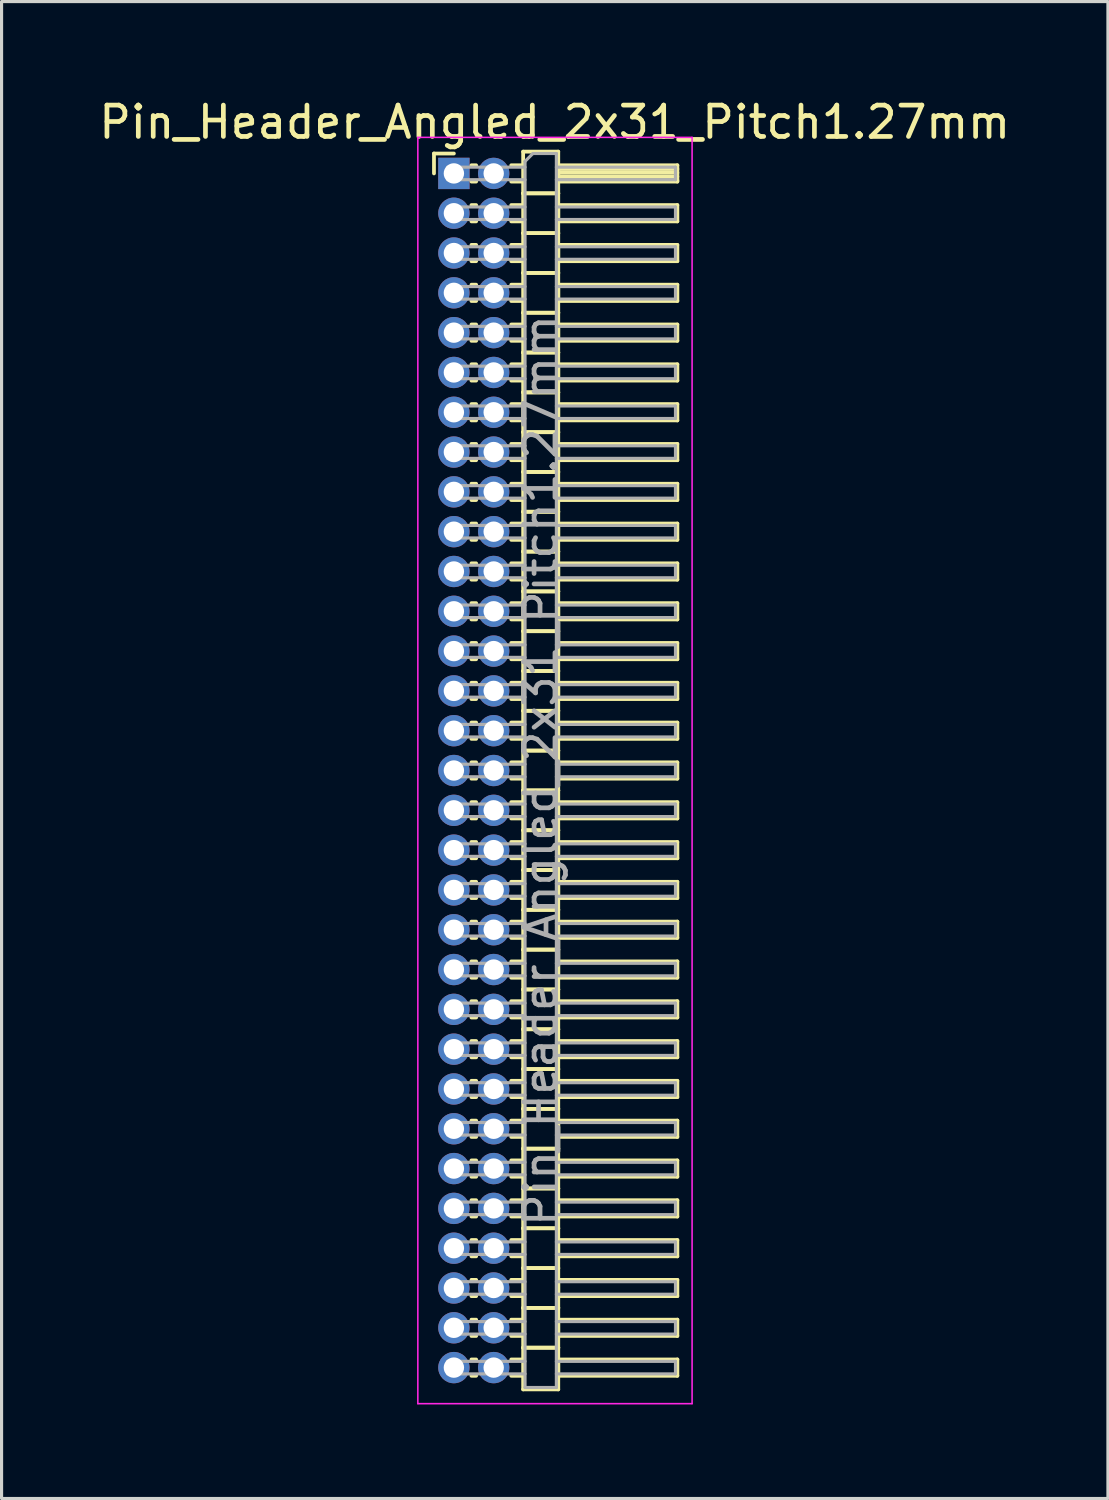
<source format=kicad_pcb>
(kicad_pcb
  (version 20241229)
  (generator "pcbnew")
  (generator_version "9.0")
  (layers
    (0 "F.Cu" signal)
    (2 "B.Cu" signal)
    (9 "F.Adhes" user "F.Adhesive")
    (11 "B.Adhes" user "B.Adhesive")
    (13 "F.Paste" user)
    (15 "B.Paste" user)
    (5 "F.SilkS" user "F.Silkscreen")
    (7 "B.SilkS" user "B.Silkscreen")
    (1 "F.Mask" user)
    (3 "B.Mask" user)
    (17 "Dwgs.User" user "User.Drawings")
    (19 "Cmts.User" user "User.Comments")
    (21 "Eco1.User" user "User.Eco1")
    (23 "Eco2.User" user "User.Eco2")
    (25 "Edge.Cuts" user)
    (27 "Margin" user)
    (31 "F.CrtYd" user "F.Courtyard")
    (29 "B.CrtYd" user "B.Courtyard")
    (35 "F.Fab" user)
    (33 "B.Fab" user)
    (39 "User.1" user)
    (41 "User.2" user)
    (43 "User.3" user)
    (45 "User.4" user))
  (footprint "Pin_Header_Angled_2x31_Pitch1.27mm"
    (layer "F.Cu")
    (at 11.431 2.483)
    (property "Reference" "Pin_Header_Angled_2x31_Pitch1.27mm" (at 3.217 -1.635 0) (layer "F.SilkS") (effects (font (size 1 1) (thickness 0.15))))
    (attr through_hole)
    (fp_line (start -0.635 -0.635) (end 0 -0.635) (stroke (width 0.12) (type solid)) (layer "F.SilkS"))
    (fp_line (start -0.635 0) (end -0.635 -0.635) (stroke (width 0.12) (type solid)) (layer "F.SilkS"))
    (fp_line (start 0.56 -0.26) (end 0.71 -0.26) (stroke (width 0.12) (type solid)) (layer "F.SilkS"))
    (fp_line (start 0.56 0.26) (end 0.71 0.26) (stroke (width 0.12) (type solid)) (layer "F.SilkS"))
    (fp_line (start 0.56 1.01) (end 0.71 1.01) (stroke (width 0.12) (type solid)) (layer "F.SilkS"))
    (fp_line (start 0.56 1.53) (end 0.71 1.53) (stroke (width 0.12) (type solid)) (layer "F.SilkS"))
    (fp_line (start 0.56 2.28) (end 0.71 2.28) (stroke (width 0.12) (type solid)) (layer "F.SilkS"))
    (fp_line (start 0.56 2.8) (end 0.71 2.8) (stroke (width 0.12) (type solid)) (layer "F.SilkS"))
    (fp_line (start 0.56 3.55) (end 0.71 3.55) (stroke (width 0.12) (type solid)) (layer "F.SilkS"))
    (fp_line (start 0.56 4.07) (end 0.71 4.07) (stroke (width 0.12) (type solid)) (layer "F.SilkS"))
    (fp_line (start 0.56 4.82) (end 0.71 4.82) (stroke (width 0.12) (type solid)) (layer "F.SilkS"))
    (fp_line (start 0.56 5.34) (end 0.71 5.34) (stroke (width 0.12) (type solid)) (layer "F.SilkS"))
    (fp_line (start 0.56 6.09) (end 0.71 6.09) (stroke (width 0.12) (type solid)) (layer "F.SilkS"))
    (fp_line (start 0.56 6.61) (end 0.71 6.61) (stroke (width 0.12) (type solid)) (layer "F.SilkS"))
    (fp_line (start 0.56 7.36) (end 0.71 7.36) (stroke (width 0.12) (type solid)) (layer "F.SilkS"))
    (fp_line (start 0.56 7.88) (end 0.71 7.88) (stroke (width 0.12) (type solid)) (layer "F.SilkS"))
    (fp_line (start 0.56 8.63) (end 0.71 8.63) (stroke (width 0.12) (type solid)) (layer "F.SilkS"))
    (fp_line (start 0.56 9.15) (end 0.71 9.15) (stroke (width 0.12) (type solid)) (layer "F.SilkS"))
    (fp_line (start 0.56 9.9) (end 0.71 9.9) (stroke (width 0.12) (type solid)) (layer "F.SilkS"))
    (fp_line (start 0.56 10.42) (end 0.71 10.42) (stroke (width 0.12) (type solid)) (layer "F.SilkS"))
    (fp_line (start 0.56 11.17) (end 0.71 11.17) (stroke (width 0.12) (type solid)) (layer "F.SilkS"))
    (fp_line (start 0.56 11.69) (end 0.71 11.69) (stroke (width 0.12) (type solid)) (layer "F.SilkS"))
    (fp_line (start 0.56 12.44) (end 0.71 12.44) (stroke (width 0.12) (type solid)) (layer "F.SilkS"))
    (fp_line (start 0.56 12.96) (end 0.71 12.96) (stroke (width 0.12) (type solid)) (layer "F.SilkS"))
    (fp_line (start 0.56 13.71) (end 0.71 13.71) (stroke (width 0.12) (type solid)) (layer "F.SilkS"))
    (fp_line (start 0.56 14.23) (end 0.71 14.23) (stroke (width 0.12) (type solid)) (layer "F.SilkS"))
    (fp_line (start 0.56 14.98) (end 0.71 14.98) (stroke (width 0.12) (type solid)) (layer "F.SilkS"))
    (fp_line (start 0.56 15.5) (end 0.71 15.5) (stroke (width 0.12) (type solid)) (layer "F.SilkS"))
    (fp_line (start 0.56 16.25) (end 0.71 16.25) (stroke (width 0.12) (type solid)) (layer "F.SilkS"))
    (fp_line (start 0.56 16.77) (end 0.71 16.77) (stroke (width 0.12) (type solid)) (layer "F.SilkS"))
    (fp_line (start 0.56 17.52) (end 0.71 17.52) (stroke (width 0.12) (type solid)) (layer "F.SilkS"))
    (fp_line (start 0.56 18.04) (end 0.71 18.04) (stroke (width 0.12) (type solid)) (layer "F.SilkS"))
    (fp_line (start 0.56 18.79) (end 0.71 18.79) (stroke (width 0.12) (type solid)) (layer "F.SilkS"))
    (fp_line (start 0.56 19.31) (end 0.71 19.31) (stroke (width 0.12) (type solid)) (layer "F.SilkS"))
    (fp_line (start 0.56 20.06) (end 0.71 20.06) (stroke (width 0.12) (type solid)) (layer "F.SilkS"))
    (fp_line (start 0.56 20.58) (end 0.71 20.58) (stroke (width 0.12) (type solid)) (layer "F.SilkS"))
    (fp_line (start 0.56 21.33) (end 0.71 21.33) (stroke (width 0.12) (type solid)) (layer "F.SilkS"))
    (fp_line (start 0.56 21.85) (end 0.71 21.85) (stroke (width 0.12) (type solid)) (layer "F.SilkS"))
    (fp_line (start 0.56 22.6) (end 0.71 22.6) (stroke (width 0.12) (type solid)) (layer "F.SilkS"))
    (fp_line (start 0.56 23.12) (end 0.71 23.12) (stroke (width 0.12) (type solid)) (layer "F.SilkS"))
    (fp_line (start 0.56 23.87) (end 0.71 23.87) (stroke (width 0.12) (type solid)) (layer "F.SilkS"))
    (fp_line (start 0.56 24.39) (end 0.71 24.39) (stroke (width 0.12) (type solid)) (layer "F.SilkS"))
    (fp_line (start 0.56 25.14) (end 0.71 25.14) (stroke (width 0.12) (type solid)) (layer "F.SilkS"))
    (fp_line (start 0.56 25.66) (end 0.71 25.66) (stroke (width 0.12) (type solid)) (layer "F.SilkS"))
    (fp_line (start 0.56 26.41) (end 0.71 26.41) (stroke (width 0.12) (type solid)) (layer "F.SilkS"))
    (fp_line (start 0.56 26.93) (end 0.71 26.93) (stroke (width 0.12) (type solid)) (layer "F.SilkS"))
    (fp_line (start 0.56 27.68) (end 0.71 27.68) (stroke (width 0.12) (type solid)) (layer "F.SilkS"))
    (fp_line (start 0.56 28.2) (end 0.71 28.2) (stroke (width 0.12) (type solid)) (layer "F.SilkS"))
    (fp_line (start 0.56 28.95) (end 0.71 28.95) (stroke (width 0.12) (type solid)) (layer "F.SilkS"))
    (fp_line (start 0.56 29.47) (end 0.71 29.47) (stroke (width 0.12) (type solid)) (layer "F.SilkS"))
    (fp_line (start 0.56 30.22) (end 0.71 30.22) (stroke (width 0.12) (type solid)) (layer "F.SilkS"))
    (fp_line (start 0.56 30.74) (end 0.71 30.74) (stroke (width 0.12) (type solid)) (layer "F.SilkS"))
    (fp_line (start 0.56 31.49) (end 0.71 31.49) (stroke (width 0.12) (type solid)) (layer "F.SilkS"))
    (fp_line (start 0.56 32.01) (end 0.71 32.01) (stroke (width 0.12) (type solid)) (layer "F.SilkS"))
    (fp_line (start 0.56 32.76) (end 0.71 32.76) (stroke (width 0.12) (type solid)) (layer "F.SilkS"))
    (fp_line (start 0.56 33.28) (end 0.71 33.28) (stroke (width 0.12) (type solid)) (layer "F.SilkS"))
    (fp_line (start 0.56 34.03) (end 0.71 34.03) (stroke (width 0.12) (type solid)) (layer "F.SilkS"))
    (fp_line (start 0.56 34.55) (end 0.71 34.55) (stroke (width 0.12) (type solid)) (layer "F.SilkS"))
    (fp_line (start 0.56 35.3) (end 0.71 35.3) (stroke (width 0.12) (type solid)) (layer "F.SilkS"))
    (fp_line (start 0.56 35.82) (end 0.71 35.82) (stroke (width 0.12) (type solid)) (layer "F.SilkS"))
    (fp_line (start 0.56 36.57) (end 0.71 36.57) (stroke (width 0.12) (type solid)) (layer "F.SilkS"))
    (fp_line (start 0.56 37.09) (end 0.71 37.09) (stroke (width 0.12) (type solid)) (layer "F.SilkS"))
    (fp_line (start 0.56 37.84) (end 0.71 37.84) (stroke (width 0.12) (type solid)) (layer "F.SilkS"))
    (fp_line (start 0.56 38.36) (end 0.71 38.36) (stroke (width 0.12) (type solid)) (layer "F.SilkS"))
    (fp_line (start 1.83 -0.26) (end 2.21 -0.26) (stroke (width 0.12) (type solid)) (layer "F.SilkS"))
    (fp_line (start 1.83 0.26) (end 2.21 0.26) (stroke (width 0.12) (type solid)) (layer "F.SilkS"))
    (fp_line (start 1.83 1.01) (end 2.21 1.01) (stroke (width 0.12) (type solid)) (layer "F.SilkS"))
    (fp_line (start 1.83 1.53) (end 2.21 1.53) (stroke (width 0.12) (type solid)) (layer "F.SilkS"))
    (fp_line (start 1.83 2.28) (end 2.21 2.28) (stroke (width 0.12) (type solid)) (layer "F.SilkS"))
    (fp_line (start 1.83 2.8) (end 2.21 2.8) (stroke (width 0.12) (type solid)) (layer "F.SilkS"))
    (fp_line (start 1.83 3.55) (end 2.21 3.55) (stroke (width 0.12) (type solid)) (layer "F.SilkS"))
    (fp_line (start 1.83 4.07) (end 2.21 4.07) (stroke (width 0.12) (type solid)) (layer "F.SilkS"))
    (fp_line (start 1.83 4.82) (end 2.21 4.82) (stroke (width 0.12) (type solid)) (layer "F.SilkS"))
    (fp_line (start 1.83 5.34) (end 2.21 5.34) (stroke (width 0.12) (type solid)) (layer "F.SilkS"))
    (fp_line (start 1.83 6.09) (end 2.21 6.09) (stroke (width 0.12) (type solid)) (layer "F.SilkS"))
    (fp_line (start 1.83 6.61) (end 2.21 6.61) (stroke (width 0.12) (type solid)) (layer "F.SilkS"))
    (fp_line (start 1.83 7.36) (end 2.21 7.36) (stroke (width 0.12) (type solid)) (layer "F.SilkS"))
    (fp_line (start 1.83 7.88) (end 2.21 7.88) (stroke (width 0.12) (type solid)) (layer "F.SilkS"))
    (fp_line (start 1.83 8.63) (end 2.21 8.63) (stroke (width 0.12) (type solid)) (layer "F.SilkS"))
    (fp_line (start 1.83 9.15) (end 2.21 9.15) (stroke (width 0.12) (type solid)) (layer "F.SilkS"))
    (fp_line (start 1.83 9.9) (end 2.21 9.9) (stroke (width 0.12) (type solid)) (layer "F.SilkS"))
    (fp_line (start 1.83 10.42) (end 2.21 10.42) (stroke (width 0.12) (type solid)) (layer "F.SilkS"))
    (fp_line (start 1.83 11.17) (end 2.21 11.17) (stroke (width 0.12) (type solid)) (layer "F.SilkS"))
    (fp_line (start 1.83 11.69) (end 2.21 11.69) (stroke (width 0.12) (type solid)) (layer "F.SilkS"))
    (fp_line (start 1.83 12.44) (end 2.21 12.44) (stroke (width 0.12) (type solid)) (layer "F.SilkS"))
    (fp_line (start 1.83 12.96) (end 2.21 12.96) (stroke (width 0.12) (type solid)) (layer "F.SilkS"))
    (fp_line (start 1.83 13.71) (end 2.21 13.71) (stroke (width 0.12) (type solid)) (layer "F.SilkS"))
    (fp_line (start 1.83 14.23) (end 2.21 14.23) (stroke (width 0.12) (type solid)) (layer "F.SilkS"))
    (fp_line (start 1.83 14.98) (end 2.21 14.98) (stroke (width 0.12) (type solid)) (layer "F.SilkS"))
    (fp_line (start 1.83 15.5) (end 2.21 15.5) (stroke (width 0.12) (type solid)) (layer "F.SilkS"))
    (fp_line (start 1.83 16.25) (end 2.21 16.25) (stroke (width 0.12) (type solid)) (layer "F.SilkS"))
    (fp_line (start 1.83 16.77) (end 2.21 16.77) (stroke (width 0.12) (type solid)) (layer "F.SilkS"))
    (fp_line (start 1.83 17.52) (end 2.21 17.52) (stroke (width 0.12) (type solid)) (layer "F.SilkS"))
    (fp_line (start 1.83 18.04) (end 2.21 18.04) (stroke (width 0.12) (type solid)) (layer "F.SilkS"))
    (fp_line (start 1.83 18.79) (end 2.21 18.79) (stroke (width 0.12) (type solid)) (layer "F.SilkS"))
    (fp_line (start 1.83 19.31) (end 2.21 19.31) (stroke (width 0.12) (type solid)) (layer "F.SilkS"))
    (fp_line (start 1.83 20.06) (end 2.21 20.06) (stroke (width 0.12) (type solid)) (layer "F.SilkS"))
    (fp_line (start 1.83 20.58) (end 2.21 20.58) (stroke (width 0.12) (type solid)) (layer "F.SilkS"))
    (fp_line (start 1.83 21.33) (end 2.21 21.33) (stroke (width 0.12) (type solid)) (layer "F.SilkS"))
    (fp_line (start 1.83 21.85) (end 2.21 21.85) (stroke (width 0.12) (type solid)) (layer "F.SilkS"))
    (fp_line (start 1.83 22.6) (end 2.21 22.6) (stroke (width 0.12) (type solid)) (layer "F.SilkS"))
    (fp_line (start 1.83 23.12) (end 2.21 23.12) (stroke (width 0.12) (type solid)) (layer "F.SilkS"))
    (fp_line (start 1.83 23.87) (end 2.21 23.87) (stroke (width 0.12) (type solid)) (layer "F.SilkS"))
    (fp_line (start 1.83 24.39) (end 2.21 24.39) (stroke (width 0.12) (type solid)) (layer "F.SilkS"))
    (fp_line (start 1.83 25.14) (end 2.21 25.14) (stroke (width 0.12) (type solid)) (layer "F.SilkS"))
    (fp_line (start 1.83 25.66) (end 2.21 25.66) (stroke (width 0.12) (type solid)) (layer "F.SilkS"))
    (fp_line (start 1.83 26.41) (end 2.21 26.41) (stroke (width 0.12) (type solid)) (layer "F.SilkS"))
    (fp_line (start 1.83 26.93) (end 2.21 26.93) (stroke (width 0.12) (type solid)) (layer "F.SilkS"))
    (fp_line (start 1.83 27.68) (end 2.21 27.68) (stroke (width 0.12) (type solid)) (layer "F.SilkS"))
    (fp_line (start 1.83 28.2) (end 2.21 28.2) (stroke (width 0.12) (type solid)) (layer "F.SilkS"))
    (fp_line (start 1.83 28.95) (end 2.21 28.95) (stroke (width 0.12) (type solid)) (layer "F.SilkS"))
    (fp_line (start 1.83 29.47) (end 2.21 29.47) (stroke (width 0.12) (type solid)) (layer "F.SilkS"))
    (fp_line (start 1.83 30.22) (end 2.21 30.22) (stroke (width 0.12) (type solid)) (layer "F.SilkS"))
    (fp_line (start 1.83 30.74) (end 2.21 30.74) (stroke (width 0.12) (type solid)) (layer "F.SilkS"))
    (fp_line (start 1.83 31.49) (end 2.21 31.49) (stroke (width 0.12) (type solid)) (layer "F.SilkS"))
    (fp_line (start 1.83 32.01) (end 2.21 32.01) (stroke (width 0.12) (type solid)) (layer "F.SilkS"))
    (fp_line (start 1.83 32.76) (end 2.21 32.76) (stroke (width 0.12) (type solid)) (layer "F.SilkS"))
    (fp_line (start 1.83 33.28) (end 2.21 33.28) (stroke (width 0.12) (type solid)) (layer "F.SilkS"))
    (fp_line (start 1.83 34.03) (end 2.21 34.03) (stroke (width 0.12) (type solid)) (layer "F.SilkS"))
    (fp_line (start 1.83 34.55) (end 2.21 34.55) (stroke (width 0.12) (type solid)) (layer "F.SilkS"))
    (fp_line (start 1.83 35.3) (end 2.21 35.3) (stroke (width 0.12) (type solid)) (layer "F.SilkS"))
    (fp_line (start 1.83 35.82) (end 2.21 35.82) (stroke (width 0.12) (type solid)) (layer "F.SilkS"))
    (fp_line (start 1.83 36.57) (end 2.21 36.57) (stroke (width 0.12) (type solid)) (layer "F.SilkS"))
    (fp_line (start 1.83 37.09) (end 2.21 37.09) (stroke (width 0.12) (type solid)) (layer "F.SilkS"))
    (fp_line (start 1.83 37.84) (end 2.21 37.84) (stroke (width 0.12) (type solid)) (layer "F.SilkS"))
    (fp_line (start 1.83 38.36) (end 2.21 38.36) (stroke (width 0.12) (type solid)) (layer "F.SilkS"))
    (fp_line (start 2.21 -0.695) (end 2.21 0.635) (stroke (width 0.12) (type solid)) (layer "F.SilkS"))
    (fp_line (start 2.21 0.635) (end 2.21 1.905) (stroke (width 0.12) (type solid)) (layer "F.SilkS"))
    (fp_line (start 2.21 0.635) (end 3.33 0.635) (stroke (width 0.12) (type solid)) (layer "F.SilkS"))
    (fp_line (start 2.21 1.905) (end 2.21 3.175) (stroke (width 0.12) (type solid)) (layer "F.SilkS"))
    (fp_line (start 2.21 1.905) (end 3.33 1.905) (stroke (width 0.12) (type solid)) (layer "F.SilkS"))
    (fp_line (start 2.21 3.175) (end 2.21 4.445) (stroke (width 0.12) (type solid)) (layer "F.SilkS"))
    (fp_line (start 2.21 3.175) (end 3.33 3.175) (stroke (width 0.12) (type solid)) (layer "F.SilkS"))
    (fp_line (start 2.21 4.445) (end 2.21 5.715) (stroke (width 0.12) (type solid)) (layer "F.SilkS"))
    (fp_line (start 2.21 4.445) (end 3.33 4.445) (stroke (width 0.12) (type solid)) (layer "F.SilkS"))
    (fp_line (start 2.21 5.715) (end 2.21 6.985) (stroke (width 0.12) (type solid)) (layer "F.SilkS"))
    (fp_line (start 2.21 5.715) (end 3.33 5.715) (stroke (width 0.12) (type solid)) (layer "F.SilkS"))
    (fp_line (start 2.21 6.985) (end 2.21 8.255) (stroke (width 0.12) (type solid)) (layer "F.SilkS"))
    (fp_line (start 2.21 6.985) (end 3.33 6.985) (stroke (width 0.12) (type solid)) (layer "F.SilkS"))
    (fp_line (start 2.21 8.255) (end 2.21 9.525) (stroke (width 0.12) (type solid)) (layer "F.SilkS"))
    (fp_line (start 2.21 8.255) (end 3.33 8.255) (stroke (width 0.12) (type solid)) (layer "F.SilkS"))
    (fp_line (start 2.21 9.525) (end 2.21 10.795) (stroke (width 0.12) (type solid)) (layer "F.SilkS"))
    (fp_line (start 2.21 9.525) (end 3.33 9.525) (stroke (width 0.12) (type solid)) (layer "F.SilkS"))
    (fp_line (start 2.21 10.795) (end 2.21 12.065) (stroke (width 0.12) (type solid)) (layer "F.SilkS"))
    (fp_line (start 2.21 10.795) (end 3.33 10.795) (stroke (width 0.12) (type solid)) (layer "F.SilkS"))
    (fp_line (start 2.21 12.065) (end 2.21 13.335) (stroke (width 0.12) (type solid)) (layer "F.SilkS"))
    (fp_line (start 2.21 12.065) (end 3.33 12.065) (stroke (width 0.12) (type solid)) (layer "F.SilkS"))
    (fp_line (start 2.21 13.335) (end 2.21 14.605) (stroke (width 0.12) (type solid)) (layer "F.SilkS"))
    (fp_line (start 2.21 13.335) (end 3.33 13.335) (stroke (width 0.12) (type solid)) (layer "F.SilkS"))
    (fp_line (start 2.21 14.605) (end 2.21 15.875) (stroke (width 0.12) (type solid)) (layer "F.SilkS"))
    (fp_line (start 2.21 14.605) (end 3.33 14.605) (stroke (width 0.12) (type solid)) (layer "F.SilkS"))
    (fp_line (start 2.21 15.875) (end 2.21 17.145) (stroke (width 0.12) (type solid)) (layer "F.SilkS"))
    (fp_line (start 2.21 15.875) (end 3.33 15.875) (stroke (width 0.12) (type solid)) (layer "F.SilkS"))
    (fp_line (start 2.21 17.145) (end 2.21 18.415) (stroke (width 0.12) (type solid)) (layer "F.SilkS"))
    (fp_line (start 2.21 17.145) (end 3.33 17.145) (stroke (width 0.12) (type solid)) (layer "F.SilkS"))
    (fp_line (start 2.21 18.415) (end 2.21 19.685) (stroke (width 0.12) (type solid)) (layer "F.SilkS"))
    (fp_line (start 2.21 18.415) (end 3.33 18.415) (stroke (width 0.12) (type solid)) (layer "F.SilkS"))
    (fp_line (start 2.21 19.685) (end 2.21 20.955) (stroke (width 0.12) (type solid)) (layer "F.SilkS"))
    (fp_line (start 2.21 19.685) (end 3.33 19.685) (stroke (width 0.12) (type solid)) (layer "F.SilkS"))
    (fp_line (start 2.21 20.955) (end 2.21 22.225) (stroke (width 0.12) (type solid)) (layer "F.SilkS"))
    (fp_line (start 2.21 20.955) (end 3.33 20.955) (stroke (width 0.12) (type solid)) (layer "F.SilkS"))
    (fp_line (start 2.21 22.225) (end 2.21 23.495) (stroke (width 0.12) (type solid)) (layer "F.SilkS"))
    (fp_line (start 2.21 22.225) (end 3.33 22.225) (stroke (width 0.12) (type solid)) (layer "F.SilkS"))
    (fp_line (start 2.21 23.495) (end 2.21 24.765) (stroke (width 0.12) (type solid)) (layer "F.SilkS"))
    (fp_line (start 2.21 23.495) (end 3.33 23.495) (stroke (width 0.12) (type solid)) (layer "F.SilkS"))
    (fp_line (start 2.21 24.765) (end 2.21 26.035) (stroke (width 0.12) (type solid)) (layer "F.SilkS"))
    (fp_line (start 2.21 24.765) (end 3.33 24.765) (stroke (width 0.12) (type solid)) (layer "F.SilkS"))
    (fp_line (start 2.21 26.035) (end 2.21 27.305) (stroke (width 0.12) (type solid)) (layer "F.SilkS"))
    (fp_line (start 2.21 26.035) (end 3.33 26.035) (stroke (width 0.12) (type solid)) (layer "F.SilkS"))
    (fp_line (start 2.21 27.305) (end 2.21 28.575) (stroke (width 0.12) (type solid)) (layer "F.SilkS"))
    (fp_line (start 2.21 27.305) (end 3.33 27.305) (stroke (width 0.12) (type solid)) (layer "F.SilkS"))
    (fp_line (start 2.21 28.575) (end 2.21 29.845) (stroke (width 0.12) (type solid)) (layer "F.SilkS"))
    (fp_line (start 2.21 28.575) (end 3.33 28.575) (stroke (width 0.12) (type solid)) (layer "F.SilkS"))
    (fp_line (start 2.21 29.845) (end 2.21 31.115) (stroke (width 0.12) (type solid)) (layer "F.SilkS"))
    (fp_line (start 2.21 29.845) (end 3.33 29.845) (stroke (width 0.12) (type solid)) (layer "F.SilkS"))
    (fp_line (start 2.21 31.115) (end 2.21 32.385) (stroke (width 0.12) (type solid)) (layer "F.SilkS"))
    (fp_line (start 2.21 31.115) (end 3.33 31.115) (stroke (width 0.12) (type solid)) (layer "F.SilkS"))
    (fp_line (start 2.21 32.385) (end 2.21 33.655) (stroke (width 0.12) (type solid)) (layer "F.SilkS"))
    (fp_line (start 2.21 32.385) (end 3.33 32.385) (stroke (width 0.12) (type solid)) (layer "F.SilkS"))
    (fp_line (start 2.21 33.655) (end 2.21 34.925) (stroke (width 0.12) (type solid)) (layer "F.SilkS"))
    (fp_line (start 2.21 33.655) (end 3.33 33.655) (stroke (width 0.12) (type solid)) (layer "F.SilkS"))
    (fp_line (start 2.21 34.925) (end 2.21 36.195) (stroke (width 0.12) (type solid)) (layer "F.SilkS"))
    (fp_line (start 2.21 34.925) (end 3.33 34.925) (stroke (width 0.12) (type solid)) (layer "F.SilkS"))
    (fp_line (start 2.21 36.195) (end 2.21 37.465) (stroke (width 0.12) (type solid)) (layer "F.SilkS"))
    (fp_line (start 2.21 36.195) (end 3.33 36.195) (stroke (width 0.12) (type solid)) (layer "F.SilkS"))
    (fp_line (start 2.21 37.465) (end 2.21 38.795) (stroke (width 0.12) (type solid)) (layer "F.SilkS"))
    (fp_line (start 2.21 37.465) (end 3.33 37.465) (stroke (width 0.12) (type solid)) (layer "F.SilkS"))
    (fp_line (start 2.21 38.795) (end 3.33 38.795) (stroke (width 0.12) (type solid)) (layer "F.SilkS"))
    (fp_line (start 3.33 -0.695) (end 2.21 -0.695) (stroke (width 0.12) (type solid)) (layer "F.SilkS"))
    (fp_line (start 3.33 -0.26) (end 3.33 0.26) (stroke (width 0.12) (type solid)) (layer "F.SilkS"))
    (fp_line (start 3.33 -0.14) (end 7.13 -0.14) (stroke (width 0.12) (type solid)) (layer "F.SilkS"))
    (fp_line (start 3.33 -0.02) (end 7.13 -0.02) (stroke (width 0.12) (type solid)) (layer "F.SilkS"))
    (fp_line (start 3.33 0.1) (end 7.13 0.1) (stroke (width 0.12) (type solid)) (layer "F.SilkS"))
    (fp_line (start 3.33 0.22) (end 7.13 0.22) (stroke (width 0.12) (type solid)) (layer "F.SilkS"))
    (fp_line (start 3.33 0.26) (end 7.13 0.26) (stroke (width 0.12) (type solid)) (layer "F.SilkS"))
    (fp_line (start 3.33 0.635) (end 2.21 0.635) (stroke (width 0.12) (type solid)) (layer "F.SilkS"))
    (fp_line (start 3.33 0.635) (end 3.33 -0.695) (stroke (width 0.12) (type solid)) (layer "F.SilkS"))
    (fp_line (start 3.33 1.01) (end 3.33 1.53) (stroke (width 0.12) (type solid)) (layer "F.SilkS"))
    (fp_line (start 3.33 1.53) (end 7.13 1.53) (stroke (width 0.12) (type solid)) (layer "F.SilkS"))
    (fp_line (start 3.33 1.905) (end 2.21 1.905) (stroke (width 0.12) (type solid)) (layer "F.SilkS"))
    (fp_line (start 3.33 1.905) (end 3.33 0.635) (stroke (width 0.12) (type solid)) (layer "F.SilkS"))
    (fp_line (start 3.33 2.28) (end 3.33 2.8) (stroke (width 0.12) (type solid)) (layer "F.SilkS"))
    (fp_line (start 3.33 2.8) (end 7.13 2.8) (stroke (width 0.12) (type solid)) (layer "F.SilkS"))
    (fp_line (start 3.33 3.175) (end 2.21 3.175) (stroke (width 0.12) (type solid)) (layer "F.SilkS"))
    (fp_line (start 3.33 3.175) (end 3.33 1.905) (stroke (width 0.12) (type solid)) (layer "F.SilkS"))
    (fp_line (start 3.33 3.55) (end 3.33 4.07) (stroke (width 0.12) (type solid)) (layer "F.SilkS"))
    (fp_line (start 3.33 4.07) (end 7.13 4.07) (stroke (width 0.12) (type solid)) (layer "F.SilkS"))
    (fp_line (start 3.33 4.445) (end 2.21 4.445) (stroke (width 0.12) (type solid)) (layer "F.SilkS"))
    (fp_line (start 3.33 4.445) (end 3.33 3.175) (stroke (width 0.12) (type solid)) (layer "F.SilkS"))
    (fp_line (start 3.33 4.82) (end 3.33 5.34) (stroke (width 0.12) (type solid)) (layer "F.SilkS"))
    (fp_line (start 3.33 5.34) (end 7.13 5.34) (stroke (width 0.12) (type solid)) (layer "F.SilkS"))
    (fp_line (start 3.33 5.715) (end 2.21 5.715) (stroke (width 0.12) (type solid)) (layer "F.SilkS"))
    (fp_line (start 3.33 5.715) (end 3.33 4.445) (stroke (width 0.12) (type solid)) (layer "F.SilkS"))
    (fp_line (start 3.33 6.09) (end 3.33 6.61) (stroke (width 0.12) (type solid)) (layer "F.SilkS"))
    (fp_line (start 3.33 6.61) (end 7.13 6.61) (stroke (width 0.12) (type solid)) (layer "F.SilkS"))
    (fp_line (start 3.33 6.985) (end 2.21 6.985) (stroke (width 0.12) (type solid)) (layer "F.SilkS"))
    (fp_line (start 3.33 6.985) (end 3.33 5.715) (stroke (width 0.12) (type solid)) (layer "F.SilkS"))
    (fp_line (start 3.33 7.36) (end 3.33 7.88) (stroke (width 0.12) (type solid)) (layer "F.SilkS"))
    (fp_line (start 3.33 7.88) (end 7.13 7.88) (stroke (width 0.12) (type solid)) (layer "F.SilkS"))
    (fp_line (start 3.33 8.255) (end 2.21 8.255) (stroke (width 0.12) (type solid)) (layer "F.SilkS"))
    (fp_line (start 3.33 8.255) (end 3.33 6.985) (stroke (width 0.12) (type solid)) (layer "F.SilkS"))
    (fp_line (start 3.33 8.63) (end 3.33 9.15) (stroke (width 0.12) (type solid)) (layer "F.SilkS"))
    (fp_line (start 3.33 9.15) (end 7.13 9.15) (stroke (width 0.12) (type solid)) (layer "F.SilkS"))
    (fp_line (start 3.33 9.525) (end 2.21 9.525) (stroke (width 0.12) (type solid)) (layer "F.SilkS"))
    (fp_line (start 3.33 9.525) (end 3.33 8.255) (stroke (width 0.12) (type solid)) (layer "F.SilkS"))
    (fp_line (start 3.33 9.9) (end 3.33 10.42) (stroke (width 0.12) (type solid)) (layer "F.SilkS"))
    (fp_line (start 3.33 10.42) (end 7.13 10.42) (stroke (width 0.12) (type solid)) (layer "F.SilkS"))
    (fp_line (start 3.33 10.795) (end 2.21 10.795) (stroke (width 0.12) (type solid)) (layer "F.SilkS"))
    (fp_line (start 3.33 10.795) (end 3.33 9.525) (stroke (width 0.12) (type solid)) (layer "F.SilkS"))
    (fp_line (start 3.33 11.17) (end 3.33 11.69) (stroke (width 0.12) (type solid)) (layer "F.SilkS"))
    (fp_line (start 3.33 11.69) (end 7.13 11.69) (stroke (width 0.12) (type solid)) (layer "F.SilkS"))
    (fp_line (start 3.33 12.065) (end 2.21 12.065) (stroke (width 0.12) (type solid)) (layer "F.SilkS"))
    (fp_line (start 3.33 12.065) (end 3.33 10.795) (stroke (width 0.12) (type solid)) (layer "F.SilkS"))
    (fp_line (start 3.33 12.44) (end 3.33 12.96) (stroke (width 0.12) (type solid)) (layer "F.SilkS"))
    (fp_line (start 3.33 12.96) (end 7.13 12.96) (stroke (width 0.12) (type solid)) (layer "F.SilkS"))
    (fp_line (start 3.33 13.335) (end 2.21 13.335) (stroke (width 0.12) (type solid)) (layer "F.SilkS"))
    (fp_line (start 3.33 13.335) (end 3.33 12.065) (stroke (width 0.12) (type solid)) (layer "F.SilkS"))
    (fp_line (start 3.33 13.71) (end 3.33 14.23) (stroke (width 0.12) (type solid)) (layer "F.SilkS"))
    (fp_line (start 3.33 14.23) (end 7.13 14.23) (stroke (width 0.12) (type solid)) (layer "F.SilkS"))
    (fp_line (start 3.33 14.605) (end 2.21 14.605) (stroke (width 0.12) (type solid)) (layer "F.SilkS"))
    (fp_line (start 3.33 14.605) (end 3.33 13.335) (stroke (width 0.12) (type solid)) (layer "F.SilkS"))
    (fp_line (start 3.33 14.98) (end 3.33 15.5) (stroke (width 0.12) (type solid)) (layer "F.SilkS"))
    (fp_line (start 3.33 15.5) (end 7.13 15.5) (stroke (width 0.12) (type solid)) (layer "F.SilkS"))
    (fp_line (start 3.33 15.875) (end 2.21 15.875) (stroke (width 0.12) (type solid)) (layer "F.SilkS"))
    (fp_line (start 3.33 15.875) (end 3.33 14.605) (stroke (width 0.12) (type solid)) (layer "F.SilkS"))
    (fp_line (start 3.33 16.25) (end 3.33 16.77) (stroke (width 0.12) (type solid)) (layer "F.SilkS"))
    (fp_line (start 3.33 16.77) (end 7.13 16.77) (stroke (width 0.12) (type solid)) (layer "F.SilkS"))
    (fp_line (start 3.33 17.145) (end 2.21 17.145) (stroke (width 0.12) (type solid)) (layer "F.SilkS"))
    (fp_line (start 3.33 17.145) (end 3.33 15.875) (stroke (width 0.12) (type solid)) (layer "F.SilkS"))
    (fp_line (start 3.33 17.52) (end 3.33 18.04) (stroke (width 0.12) (type solid)) (layer "F.SilkS"))
    (fp_line (start 3.33 18.04) (end 7.13 18.04) (stroke (width 0.12) (type solid)) (layer "F.SilkS"))
    (fp_line (start 3.33 18.415) (end 2.21 18.415) (stroke (width 0.12) (type solid)) (layer "F.SilkS"))
    (fp_line (start 3.33 18.415) (end 3.33 17.145) (stroke (width 0.12) (type solid)) (layer "F.SilkS"))
    (fp_line (start 3.33 18.79) (end 3.33 19.31) (stroke (width 0.12) (type solid)) (layer "F.SilkS"))
    (fp_line (start 3.33 19.31) (end 7.13 19.31) (stroke (width 0.12) (type solid)) (layer "F.SilkS"))
    (fp_line (start 3.33 19.685) (end 2.21 19.685) (stroke (width 0.12) (type solid)) (layer "F.SilkS"))
    (fp_line (start 3.33 19.685) (end 3.33 18.415) (stroke (width 0.12) (type solid)) (layer "F.SilkS"))
    (fp_line (start 3.33 20.06) (end 3.33 20.58) (stroke (width 0.12) (type solid)) (layer "F.SilkS"))
    (fp_line (start 3.33 20.58) (end 7.13 20.58) (stroke (width 0.12) (type solid)) (layer "F.SilkS"))
    (fp_line (start 3.33 20.955) (end 2.21 20.955) (stroke (width 0.12) (type solid)) (layer "F.SilkS"))
    (fp_line (start 3.33 20.955) (end 3.33 19.685) (stroke (width 0.12) (type solid)) (layer "F.SilkS"))
    (fp_line (start 3.33 21.33) (end 3.33 21.85) (stroke (width 0.12) (type solid)) (layer "F.SilkS"))
    (fp_line (start 3.33 21.85) (end 7.13 21.85) (stroke (width 0.12) (type solid)) (layer "F.SilkS"))
    (fp_line (start 3.33 22.225) (end 2.21 22.225) (stroke (width 0.12) (type solid)) (layer "F.SilkS"))
    (fp_line (start 3.33 22.225) (end 3.33 20.955) (stroke (width 0.12) (type solid)) (layer "F.SilkS"))
    (fp_line (start 3.33 22.6) (end 3.33 23.12) (stroke (width 0.12) (type solid)) (layer "F.SilkS"))
    (fp_line (start 3.33 23.12) (end 7.13 23.12) (stroke (width 0.12) (type solid)) (layer "F.SilkS"))
    (fp_line (start 3.33 23.495) (end 2.21 23.495) (stroke (width 0.12) (type solid)) (layer "F.SilkS"))
    (fp_line (start 3.33 23.495) (end 3.33 22.225) (stroke (width 0.12) (type solid)) (layer "F.SilkS"))
    (fp_line (start 3.33 23.87) (end 3.33 24.39) (stroke (width 0.12) (type solid)) (layer "F.SilkS"))
    (fp_line (start 3.33 24.39) (end 7.13 24.39) (stroke (width 0.12) (type solid)) (layer "F.SilkS"))
    (fp_line (start 3.33 24.765) (end 2.21 24.765) (stroke (width 0.12) (type solid)) (layer "F.SilkS"))
    (fp_line (start 3.33 24.765) (end 3.33 23.495) (stroke (width 0.12) (type solid)) (layer "F.SilkS"))
    (fp_line (start 3.33 25.14) (end 3.33 25.66) (stroke (width 0.12) (type solid)) (layer "F.SilkS"))
    (fp_line (start 3.33 25.66) (end 7.13 25.66) (stroke (width 0.12) (type solid)) (layer "F.SilkS"))
    (fp_line (start 3.33 26.035) (end 2.21 26.035) (stroke (width 0.12) (type solid)) (layer "F.SilkS"))
    (fp_line (start 3.33 26.035) (end 3.33 24.765) (stroke (width 0.12) (type solid)) (layer "F.SilkS"))
    (fp_line (start 3.33 26.41) (end 3.33 26.93) (stroke (width 0.12) (type solid)) (layer "F.SilkS"))
    (fp_line (start 3.33 26.93) (end 7.13 26.93) (stroke (width 0.12) (type solid)) (layer "F.SilkS"))
    (fp_line (start 3.33 27.305) (end 2.21 27.305) (stroke (width 0.12) (type solid)) (layer "F.SilkS"))
    (fp_line (start 3.33 27.305) (end 3.33 26.035) (stroke (width 0.12) (type solid)) (layer "F.SilkS"))
    (fp_line (start 3.33 27.68) (end 3.33 28.2) (stroke (width 0.12) (type solid)) (layer "F.SilkS"))
    (fp_line (start 3.33 28.2) (end 7.13 28.2) (stroke (width 0.12) (type solid)) (layer "F.SilkS"))
    (fp_line (start 3.33 28.575) (end 2.21 28.575) (stroke (width 0.12) (type solid)) (layer "F.SilkS"))
    (fp_line (start 3.33 28.575) (end 3.33 27.305) (stroke (width 0.12) (type solid)) (layer "F.SilkS"))
    (fp_line (start 3.33 28.95) (end 3.33 29.47) (stroke (width 0.12) (type solid)) (layer "F.SilkS"))
    (fp_line (start 3.33 29.47) (end 7.13 29.47) (stroke (width 0.12) (type solid)) (layer "F.SilkS"))
    (fp_line (start 3.33 29.845) (end 2.21 29.845) (stroke (width 0.12) (type solid)) (layer "F.SilkS"))
    (fp_line (start 3.33 29.845) (end 3.33 28.575) (stroke (width 0.12) (type solid)) (layer "F.SilkS"))
    (fp_line (start 3.33 30.22) (end 3.33 30.74) (stroke (width 0.12) (type solid)) (layer "F.SilkS"))
    (fp_line (start 3.33 30.74) (end 7.13 30.74) (stroke (width 0.12) (type solid)) (layer "F.SilkS"))
    (fp_line (start 3.33 31.115) (end 2.21 31.115) (stroke (width 0.12) (type solid)) (layer "F.SilkS"))
    (fp_line (start 3.33 31.115) (end 3.33 29.845) (stroke (width 0.12) (type solid)) (layer "F.SilkS"))
    (fp_line (start 3.33 31.49) (end 3.33 32.01) (stroke (width 0.12) (type solid)) (layer "F.SilkS"))
    (fp_line (start 3.33 32.01) (end 7.13 32.01) (stroke (width 0.12) (type solid)) (layer "F.SilkS"))
    (fp_line (start 3.33 32.385) (end 2.21 32.385) (stroke (width 0.12) (type solid)) (layer "F.SilkS"))
    (fp_line (start 3.33 32.385) (end 3.33 31.115) (stroke (width 0.12) (type solid)) (layer "F.SilkS"))
    (fp_line (start 3.33 32.76) (end 3.33 33.28) (stroke (width 0.12) (type solid)) (layer "F.SilkS"))
    (fp_line (start 3.33 33.28) (end 7.13 33.28) (stroke (width 0.12) (type solid)) (layer "F.SilkS"))
    (fp_line (start 3.33 33.655) (end 2.21 33.655) (stroke (width 0.12) (type solid)) (layer "F.SilkS"))
    (fp_line (start 3.33 33.655) (end 3.33 32.385) (stroke (width 0.12) (type solid)) (layer "F.SilkS"))
    (fp_line (start 3.33 34.03) (end 3.33 34.55) (stroke (width 0.12) (type solid)) (layer "F.SilkS"))
    (fp_line (start 3.33 34.55) (end 7.13 34.55) (stroke (width 0.12) (type solid)) (layer "F.SilkS"))
    (fp_line (start 3.33 34.925) (end 2.21 34.925) (stroke (width 0.12) (type solid)) (layer "F.SilkS"))
    (fp_line (start 3.33 34.925) (end 3.33 33.655) (stroke (width 0.12) (type solid)) (layer "F.SilkS"))
    (fp_line (start 3.33 35.3) (end 3.33 35.82) (stroke (width 0.12) (type solid)) (layer "F.SilkS"))
    (fp_line (start 3.33 35.82) (end 7.13 35.82) (stroke (width 0.12) (type solid)) (layer "F.SilkS"))
    (fp_line (start 3.33 36.195) (end 2.21 36.195) (stroke (width 0.12) (type solid)) (layer "F.SilkS"))
    (fp_line (start 3.33 36.195) (end 3.33 34.925) (stroke (width 0.12) (type solid)) (layer "F.SilkS"))
    (fp_line (start 3.33 36.57) (end 3.33 37.09) (stroke (width 0.12) (type solid)) (layer "F.SilkS"))
    (fp_line (start 3.33 37.09) (end 7.13 37.09) (stroke (width 0.12) (type solid)) (layer "F.SilkS"))
    (fp_line (start 3.33 37.465) (end 2.21 37.465) (stroke (width 0.12) (type solid)) (layer "F.SilkS"))
    (fp_line (start 3.33 37.465) (end 3.33 36.195) (stroke (width 0.12) (type solid)) (layer "F.SilkS"))
    (fp_line (start 3.33 37.84) (end 3.33 38.36) (stroke (width 0.12) (type solid)) (layer "F.SilkS"))
    (fp_line (start 3.33 38.36) (end 7.13 38.36) (stroke (width 0.12) (type solid)) (layer "F.SilkS"))
    (fp_line (start 3.33 38.795) (end 3.33 37.465) (stroke (width 0.12) (type solid)) (layer "F.SilkS"))
    (fp_line (start 7.13 -0.26) (end 3.33 -0.26) (stroke (width 0.12) (type solid)) (layer "F.SilkS"))
    (fp_line (start 7.13 0.26) (end 7.13 -0.26) (stroke (width 0.12) (type solid)) (layer "F.SilkS"))
    (fp_line (start 7.13 1.01) (end 3.33 1.01) (stroke (width 0.12) (type solid)) (layer "F.SilkS"))
    (fp_line (start 7.13 1.53) (end 7.13 1.01) (stroke (width 0.12) (type solid)) (layer "F.SilkS"))
    (fp_line (start 7.13 2.28) (end 3.33 2.28) (stroke (width 0.12) (type solid)) (layer "F.SilkS"))
    (fp_line (start 7.13 2.8) (end 7.13 2.28) (stroke (width 0.12) (type solid)) (layer "F.SilkS"))
    (fp_line (start 7.13 3.55) (end 3.33 3.55) (stroke (width 0.12) (type solid)) (layer "F.SilkS"))
    (fp_line (start 7.13 4.07) (end 7.13 3.55) (stroke (width 0.12) (type solid)) (layer "F.SilkS"))
    (fp_line (start 7.13 4.82) (end 3.33 4.82) (stroke (width 0.12) (type solid)) (layer "F.SilkS"))
    (fp_line (start 7.13 5.34) (end 7.13 4.82) (stroke (width 0.12) (type solid)) (layer "F.SilkS"))
    (fp_line (start 7.13 6.09) (end 3.33 6.09) (stroke (width 0.12) (type solid)) (layer "F.SilkS"))
    (fp_line (start 7.13 6.61) (end 7.13 6.09) (stroke (width 0.12) (type solid)) (layer "F.SilkS"))
    (fp_line (start 7.13 7.36) (end 3.33 7.36) (stroke (width 0.12) (type solid)) (layer "F.SilkS"))
    (fp_line (start 7.13 7.88) (end 7.13 7.36) (stroke (width 0.12) (type solid)) (layer "F.SilkS"))
    (fp_line (start 7.13 8.63) (end 3.33 8.63) (stroke (width 0.12) (type solid)) (layer "F.SilkS"))
    (fp_line (start 7.13 9.15) (end 7.13 8.63) (stroke (width 0.12) (type solid)) (layer "F.SilkS"))
    (fp_line (start 7.13 9.9) (end 3.33 9.9) (stroke (width 0.12) (type solid)) (layer "F.SilkS"))
    (fp_line (start 7.13 10.42) (end 7.13 9.9) (stroke (width 0.12) (type solid)) (layer "F.SilkS"))
    (fp_line (start 7.13 11.17) (end 3.33 11.17) (stroke (width 0.12) (type solid)) (layer "F.SilkS"))
    (fp_line (start 7.13 11.69) (end 7.13 11.17) (stroke (width 0.12) (type solid)) (layer "F.SilkS"))
    (fp_line (start 7.13 12.44) (end 3.33 12.44) (stroke (width 0.12) (type solid)) (layer "F.SilkS"))
    (fp_line (start 7.13 12.96) (end 7.13 12.44) (stroke (width 0.12) (type solid)) (layer "F.SilkS"))
    (fp_line (start 7.13 13.71) (end 3.33 13.71) (stroke (width 0.12) (type solid)) (layer "F.SilkS"))
    (fp_line (start 7.13 14.23) (end 7.13 13.71) (stroke (width 0.12) (type solid)) (layer "F.SilkS"))
    (fp_line (start 7.13 14.98) (end 3.33 14.98) (stroke (width 0.12) (type solid)) (layer "F.SilkS"))
    (fp_line (start 7.13 15.5) (end 7.13 14.98) (stroke (width 0.12) (type solid)) (layer "F.SilkS"))
    (fp_line (start 7.13 16.25) (end 3.33 16.25) (stroke (width 0.12) (type solid)) (layer "F.SilkS"))
    (fp_line (start 7.13 16.77) (end 7.13 16.25) (stroke (width 0.12) (type solid)) (layer "F.SilkS"))
    (fp_line (start 7.13 17.52) (end 3.33 17.52) (stroke (width 0.12) (type solid)) (layer "F.SilkS"))
    (fp_line (start 7.13 18.04) (end 7.13 17.52) (stroke (width 0.12) (type solid)) (layer "F.SilkS"))
    (fp_line (start 7.13 18.79) (end 3.33 18.79) (stroke (width 0.12) (type solid)) (layer "F.SilkS"))
    (fp_line (start 7.13 19.31) (end 7.13 18.79) (stroke (width 0.12) (type solid)) (layer "F.SilkS"))
    (fp_line (start 7.13 20.06) (end 3.33 20.06) (stroke (width 0.12) (type solid)) (layer "F.SilkS"))
    (fp_line (start 7.13 20.58) (end 7.13 20.06) (stroke (width 0.12) (type solid)) (layer "F.SilkS"))
    (fp_line (start 7.13 21.33) (end 3.33 21.33) (stroke (width 0.12) (type solid)) (layer "F.SilkS"))
    (fp_line (start 7.13 21.85) (end 7.13 21.33) (stroke (width 0.12) (type solid)) (layer "F.SilkS"))
    (fp_line (start 7.13 22.6) (end 3.33 22.6) (stroke (width 0.12) (type solid)) (layer "F.SilkS"))
    (fp_line (start 7.13 23.12) (end 7.13 22.6) (stroke (width 0.12) (type solid)) (layer "F.SilkS"))
    (fp_line (start 7.13 23.87) (end 3.33 23.87) (stroke (width 0.12) (type solid)) (layer "F.SilkS"))
    (fp_line (start 7.13 24.39) (end 7.13 23.87) (stroke (width 0.12) (type solid)) (layer "F.SilkS"))
    (fp_line (start 7.13 25.14) (end 3.33 25.14) (stroke (width 0.12) (type solid)) (layer "F.SilkS"))
    (fp_line (start 7.13 25.66) (end 7.13 25.14) (stroke (width 0.12) (type solid)) (layer "F.SilkS"))
    (fp_line (start 7.13 26.41) (end 3.33 26.41) (stroke (width 0.12) (type solid)) (layer "F.SilkS"))
    (fp_line (start 7.13 26.93) (end 7.13 26.41) (stroke (width 0.12) (type solid)) (layer "F.SilkS"))
    (fp_line (start 7.13 27.68) (end 3.33 27.68) (stroke (width 0.12) (type solid)) (layer "F.SilkS"))
    (fp_line (start 7.13 28.2) (end 7.13 27.68) (stroke (width 0.12) (type solid)) (layer "F.SilkS"))
    (fp_line (start 7.13 28.95) (end 3.33 28.95) (stroke (width 0.12) (type solid)) (layer "F.SilkS"))
    (fp_line (start 7.13 29.47) (end 7.13 28.95) (stroke (width 0.12) (type solid)) (layer "F.SilkS"))
    (fp_line (start 7.13 30.22) (end 3.33 30.22) (stroke (width 0.12) (type solid)) (layer "F.SilkS"))
    (fp_line (start 7.13 30.74) (end 7.13 30.22) (stroke (width 0.12) (type solid)) (layer "F.SilkS"))
    (fp_line (start 7.13 31.49) (end 3.33 31.49) (stroke (width 0.12) (type solid)) (layer "F.SilkS"))
    (fp_line (start 7.13 32.01) (end 7.13 31.49) (stroke (width 0.12) (type solid)) (layer "F.SilkS"))
    (fp_line (start 7.13 32.76) (end 3.33 32.76) (stroke (width 0.12) (type solid)) (layer "F.SilkS"))
    (fp_line (start 7.13 33.28) (end 7.13 32.76) (stroke (width 0.12) (type solid)) (layer "F.SilkS"))
    (fp_line (start 7.13 34.03) (end 3.33 34.03) (stroke (width 0.12) (type solid)) (layer "F.SilkS"))
    (fp_line (start 7.13 34.55) (end 7.13 34.03) (stroke (width 0.12) (type solid)) (layer "F.SilkS"))
    (fp_line (start 7.13 35.3) (end 3.33 35.3) (stroke (width 0.12) (type solid)) (layer "F.SilkS"))
    (fp_line (start 7.13 35.82) (end 7.13 35.3) (stroke (width 0.12) (type solid)) (layer "F.SilkS"))
    (fp_line (start 7.13 36.57) (end 3.33 36.57) (stroke (width 0.12) (type solid)) (layer "F.SilkS"))
    (fp_line (start 7.13 37.09) (end 7.13 36.57) (stroke (width 0.12) (type solid)) (layer "F.SilkS"))
    (fp_line (start 7.13 37.84) (end 3.33 37.84) (stroke (width 0.12) (type solid)) (layer "F.SilkS"))
    (fp_line (start 7.13 38.36) (end 7.13 37.84) (stroke (width 0.12) (type solid)) (layer "F.SilkS"))
    (fp_line (start -1.15 -1.15) (end -1.15 39.25) (stroke (width 0.05) (type solid)) (layer "F.CrtYd"))
    (fp_line (start -1.15 39.25) (end 7.6 39.25) (stroke (width 0.05) (type solid)) (layer "F.CrtYd"))
    (fp_line (start 7.6 -1.15) (end -1.15 -1.15) (stroke (width 0.05) (type solid)) (layer "F.CrtYd"))
    (fp_line (start 7.6 39.25) (end 7.6 -1.15) (stroke (width 0.05) (type solid)) (layer "F.CrtYd"))
    (fp_line (start -0.2 -0.2) (end -0.2 0.2) (stroke (width 0.1) (type solid)) (layer "F.Fab"))
    (fp_line (start -0.2 -0.2) (end 2.27 -0.2) (stroke (width 0.1) (type solid)) (layer "F.Fab"))
    (fp_line (start -0.2 0.2) (end 2.27 0.2) (stroke (width 0.1) (type solid)) (layer "F.Fab"))
    (fp_line (start -0.2 1.07) (end -0.2 1.47) (stroke (width 0.1) (type solid)) (layer "F.Fab"))
    (fp_line (start -0.2 1.07) (end 2.27 1.07) (stroke (width 0.1) (type solid)) (layer "F.Fab"))
    (fp_line (start -0.2 1.47) (end 2.27 1.47) (stroke (width 0.1) (type solid)) (layer "F.Fab"))
    (fp_line (start -0.2 2.34) (end -0.2 2.74) (stroke (width 0.1) (type solid)) (layer "F.Fab"))
    (fp_line (start -0.2 2.34) (end 2.27 2.34) (stroke (width 0.1) (type solid)) (layer "F.Fab"))
    (fp_line (start -0.2 2.74) (end 2.27 2.74) (stroke (width 0.1) (type solid)) (layer "F.Fab"))
    (fp_line (start -0.2 3.61) (end -0.2 4.01) (stroke (width 0.1) (type solid)) (layer "F.Fab"))
    (fp_line (start -0.2 3.61) (end 2.27 3.61) (stroke (width 0.1) (type solid)) (layer "F.Fab"))
    (fp_line (start -0.2 4.01) (end 2.27 4.01) (stroke (width 0.1) (type solid)) (layer "F.Fab"))
    (fp_line (start -0.2 4.88) (end -0.2 5.28) (stroke (width 0.1) (type solid)) (layer "F.Fab"))
    (fp_line (start -0.2 4.88) (end 2.27 4.88) (stroke (width 0.1) (type solid)) (layer "F.Fab"))
    (fp_line (start -0.2 5.28) (end 2.27 5.28) (stroke (width 0.1) (type solid)) (layer "F.Fab"))
    (fp_line (start -0.2 6.15) (end -0.2 6.55) (stroke (width 0.1) (type solid)) (layer "F.Fab"))
    (fp_line (start -0.2 6.15) (end 2.27 6.15) (stroke (width 0.1) (type solid)) (layer "F.Fab"))
    (fp_line (start -0.2 6.55) (end 2.27 6.55) (stroke (width 0.1) (type solid)) (layer "F.Fab"))
    (fp_line (start -0.2 7.42) (end -0.2 7.82) (stroke (width 0.1) (type solid)) (layer "F.Fab"))
    (fp_line (start -0.2 7.42) (end 2.27 7.42) (stroke (width 0.1) (type solid)) (layer "F.Fab"))
    (fp_line (start -0.2 7.82) (end 2.27 7.82) (stroke (width 0.1) (type solid)) (layer "F.Fab"))
    (fp_line (start -0.2 8.69) (end -0.2 9.09) (stroke (width 0.1) (type solid)) (layer "F.Fab"))
    (fp_line (start -0.2 8.69) (end 2.27 8.69) (stroke (width 0.1) (type solid)) (layer "F.Fab"))
    (fp_line (start -0.2 9.09) (end 2.27 9.09) (stroke (width 0.1) (type solid)) (layer "F.Fab"))
    (fp_line (start -0.2 9.96) (end -0.2 10.36) (stroke (width 0.1) (type solid)) (layer "F.Fab"))
    (fp_line (start -0.2 9.96) (end 2.27 9.96) (stroke (width 0.1) (type solid)) (layer "F.Fab"))
    (fp_line (start -0.2 10.36) (end 2.27 10.36) (stroke (width 0.1) (type solid)) (layer "F.Fab"))
    (fp_line (start -0.2 11.23) (end -0.2 11.63) (stroke (width 0.1) (type solid)) (layer "F.Fab"))
    (fp_line (start -0.2 11.23) (end 2.27 11.23) (stroke (width 0.1) (type solid)) (layer "F.Fab"))
    (fp_line (start -0.2 11.63) (end 2.27 11.63) (stroke (width 0.1) (type solid)) (layer "F.Fab"))
    (fp_line (start -0.2 12.5) (end -0.2 12.9) (stroke (width 0.1) (type solid)) (layer "F.Fab"))
    (fp_line (start -0.2 12.5) (end 2.27 12.5) (stroke (width 0.1) (type solid)) (layer "F.Fab"))
    (fp_line (start -0.2 12.9) (end 2.27 12.9) (stroke (width 0.1) (type solid)) (layer "F.Fab"))
    (fp_line (start -0.2 13.77) (end -0.2 14.17) (stroke (width 0.1) (type solid)) (layer "F.Fab"))
    (fp_line (start -0.2 13.77) (end 2.27 13.77) (stroke (width 0.1) (type solid)) (layer "F.Fab"))
    (fp_line (start -0.2 14.17) (end 2.27 14.17) (stroke (width 0.1) (type solid)) (layer "F.Fab"))
    (fp_line (start -0.2 15.04) (end -0.2 15.44) (stroke (width 0.1) (type solid)) (layer "F.Fab"))
    (fp_line (start -0.2 15.04) (end 2.27 15.04) (stroke (width 0.1) (type solid)) (layer "F.Fab"))
    (fp_line (start -0.2 15.44) (end 2.27 15.44) (stroke (width 0.1) (type solid)) (layer "F.Fab"))
    (fp_line (start -0.2 16.31) (end -0.2 16.71) (stroke (width 0.1) (type solid)) (layer "F.Fab"))
    (fp_line (start -0.2 16.31) (end 2.27 16.31) (stroke (width 0.1) (type solid)) (layer "F.Fab"))
    (fp_line (start -0.2 16.71) (end 2.27 16.71) (stroke (width 0.1) (type solid)) (layer "F.Fab"))
    (fp_line (start -0.2 17.58) (end -0.2 17.98) (stroke (width 0.1) (type solid)) (layer "F.Fab"))
    (fp_line (start -0.2 17.58) (end 2.27 17.58) (stroke (width 0.1) (type solid)) (layer "F.Fab"))
    (fp_line (start -0.2 17.98) (end 2.27 17.98) (stroke (width 0.1) (type solid)) (layer "F.Fab"))
    (fp_line (start -0.2 18.85) (end -0.2 19.25) (stroke (width 0.1) (type solid)) (layer "F.Fab"))
    (fp_line (start -0.2 18.85) (end 2.27 18.85) (stroke (width 0.1) (type solid)) (layer "F.Fab"))
    (fp_line (start -0.2 19.25) (end 2.27 19.25) (stroke (width 0.1) (type solid)) (layer "F.Fab"))
    (fp_line (start -0.2 20.12) (end -0.2 20.52) (stroke (width 0.1) (type solid)) (layer "F.Fab"))
    (fp_line (start -0.2 20.12) (end 2.27 20.12) (stroke (width 0.1) (type solid)) (layer "F.Fab"))
    (fp_line (start -0.2 20.52) (end 2.27 20.52) (stroke (width 0.1) (type solid)) (layer "F.Fab"))
    (fp_line (start -0.2 21.39) (end -0.2 21.79) (stroke (width 0.1) (type solid)) (layer "F.Fab"))
    (fp_line (start -0.2 21.39) (end 2.27 21.39) (stroke (width 0.1) (type solid)) (layer "F.Fab"))
    (fp_line (start -0.2 21.79) (end 2.27 21.79) (stroke (width 0.1) (type solid)) (layer "F.Fab"))
    (fp_line (start -0.2 22.66) (end -0.2 23.06) (stroke (width 0.1) (type solid)) (layer "F.Fab"))
    (fp_line (start -0.2 22.66) (end 2.27 22.66) (stroke (width 0.1) (type solid)) (layer "F.Fab"))
    (fp_line (start -0.2 23.06) (end 2.27 23.06) (stroke (width 0.1) (type solid)) (layer "F.Fab"))
    (fp_line (start -0.2 23.93) (end -0.2 24.33) (stroke (width 0.1) (type solid)) (layer "F.Fab"))
    (fp_line (start -0.2 23.93) (end 2.27 23.93) (stroke (width 0.1) (type solid)) (layer "F.Fab"))
    (fp_line (start -0.2 24.33) (end 2.27 24.33) (stroke (width 0.1) (type solid)) (layer "F.Fab"))
    (fp_line (start -0.2 25.2) (end -0.2 25.6) (stroke (width 0.1) (type solid)) (layer "F.Fab"))
    (fp_line (start -0.2 25.2) (end 2.27 25.2) (stroke (width 0.1) (type solid)) (layer "F.Fab"))
    (fp_line (start -0.2 25.6) (end 2.27 25.6) (stroke (width 0.1) (type solid)) (layer "F.Fab"))
    (fp_line (start -0.2 26.47) (end -0.2 26.87) (stroke (width 0.1) (type solid)) (layer "F.Fab"))
    (fp_line (start -0.2 26.47) (end 2.27 26.47) (stroke (width 0.1) (type solid)) (layer "F.Fab"))
    (fp_line (start -0.2 26.87) (end 2.27 26.87) (stroke (width 0.1) (type solid)) (layer "F.Fab"))
    (fp_line (start -0.2 27.74) (end -0.2 28.14) (stroke (width 0.1) (type solid)) (layer "F.Fab"))
    (fp_line (start -0.2 27.74) (end 2.27 27.74) (stroke (width 0.1) (type solid)) (layer "F.Fab"))
    (fp_line (start -0.2 28.14) (end 2.27 28.14) (stroke (width 0.1) (type solid)) (layer "F.Fab"))
    (fp_line (start -0.2 29.01) (end -0.2 29.41) (stroke (width 0.1) (type solid)) (layer "F.Fab"))
    (fp_line (start -0.2 29.01) (end 2.27 29.01) (stroke (width 0.1) (type solid)) (layer "F.Fab"))
    (fp_line (start -0.2 29.41) (end 2.27 29.41) (stroke (width 0.1) (type solid)) (layer "F.Fab"))
    (fp_line (start -0.2 30.28) (end -0.2 30.68) (stroke (width 0.1) (type solid)) (layer "F.Fab"))
    (fp_line (start -0.2 30.28) (end 2.27 30.28) (stroke (width 0.1) (type solid)) (layer "F.Fab"))
    (fp_line (start -0.2 30.68) (end 2.27 30.68) (stroke (width 0.1) (type solid)) (layer "F.Fab"))
    (fp_line (start -0.2 31.55) (end -0.2 31.95) (stroke (width 0.1) (type solid)) (layer "F.Fab"))
    (fp_line (start -0.2 31.55) (end 2.27 31.55) (stroke (width 0.1) (type solid)) (layer "F.Fab"))
    (fp_line (start -0.2 31.95) (end 2.27 31.95) (stroke (width 0.1) (type solid)) (layer "F.Fab"))
    (fp_line (start -0.2 32.82) (end -0.2 33.22) (stroke (width 0.1) (type solid)) (layer "F.Fab"))
    (fp_line (start -0.2 32.82) (end 2.27 32.82) (stroke (width 0.1) (type solid)) (layer "F.Fab"))
    (fp_line (start -0.2 33.22) (end 2.27 33.22) (stroke (width 0.1) (type solid)) (layer "F.Fab"))
    (fp_line (start -0.2 34.09) (end -0.2 34.49) (stroke (width 0.1) (type solid)) (layer "F.Fab"))
    (fp_line (start -0.2 34.09) (end 2.27 34.09) (stroke (width 0.1) (type solid)) (layer "F.Fab"))
    (fp_line (start -0.2 34.49) (end 2.27 34.49) (stroke (width 0.1) (type solid)) (layer "F.Fab"))
    (fp_line (start -0.2 35.36) (end -0.2 35.76) (stroke (width 0.1) (type solid)) (layer "F.Fab"))
    (fp_line (start -0.2 35.36) (end 2.27 35.36) (stroke (width 0.1) (type solid)) (layer "F.Fab"))
    (fp_line (start -0.2 35.76) (end 2.27 35.76) (stroke (width 0.1) (type solid)) (layer "F.Fab"))
    (fp_line (start -0.2 36.63) (end -0.2 37.03) (stroke (width 0.1) (type solid)) (layer "F.Fab"))
    (fp_line (start -0.2 36.63) (end 2.27 36.63) (stroke (width 0.1) (type solid)) (layer "F.Fab"))
    (fp_line (start -0.2 37.03) (end 2.27 37.03) (stroke (width 0.1) (type solid)) (layer "F.Fab"))
    (fp_line (start -0.2 37.9) (end -0.2 38.3) (stroke (width 0.1) (type solid)) (layer "F.Fab"))
    (fp_line (start -0.2 37.9) (end 2.27 37.9) (stroke (width 0.1) (type solid)) (layer "F.Fab"))
    (fp_line (start -0.2 38.3) (end 2.27 38.3) (stroke (width 0.1) (type solid)) (layer "F.Fab"))
    (fp_line (start 2.27 -0.385) (end 2.52 -0.635) (stroke (width 0.1) (type solid)) (layer "F.Fab"))
    (fp_line (start 2.27 38.735) (end 2.27 -0.385) (stroke (width 0.1) (type solid)) (layer "F.Fab"))
    (fp_line (start 2.52 -0.635) (end 3.27 -0.635) (stroke (width 0.1) (type solid)) (layer "F.Fab"))
    (fp_line (start 3.27 -0.635) (end 3.27 38.735) (stroke (width 0.1) (type solid)) (layer "F.Fab"))
    (fp_line (start 3.27 -0.2) (end 7.07 -0.2) (stroke (width 0.1) (type solid)) (layer "F.Fab"))
    (fp_line (start 3.27 0.2) (end 7.07 0.2) (stroke (width 0.1) (type solid)) (layer "F.Fab"))
    (fp_line (start 3.27 1.07) (end 7.07 1.07) (stroke (width 0.1) (type solid)) (layer "F.Fab"))
    (fp_line (start 3.27 1.47) (end 7.07 1.47) (stroke (width 0.1) (type solid)) (layer "F.Fab"))
    (fp_line (start 3.27 2.34) (end 7.07 2.34) (stroke (width 0.1) (type solid)) (layer "F.Fab"))
    (fp_line (start 3.27 2.74) (end 7.07 2.74) (stroke (width 0.1) (type solid)) (layer "F.Fab"))
    (fp_line (start 3.27 3.61) (end 7.07 3.61) (stroke (width 0.1) (type solid)) (layer "F.Fab"))
    (fp_line (start 3.27 4.01) (end 7.07 4.01) (stroke (width 0.1) (type solid)) (layer "F.Fab"))
    (fp_line (start 3.27 4.88) (end 7.07 4.88) (stroke (width 0.1) (type solid)) (layer "F.Fab"))
    (fp_line (start 3.27 5.28) (end 7.07 5.28) (stroke (width 0.1) (type solid)) (layer "F.Fab"))
    (fp_line (start 3.27 6.15) (end 7.07 6.15) (stroke (width 0.1) (type solid)) (layer "F.Fab"))
    (fp_line (start 3.27 6.55) (end 7.07 6.55) (stroke (width 0.1) (type solid)) (layer "F.Fab"))
    (fp_line (start 3.27 7.42) (end 7.07 7.42) (stroke (width 0.1) (type solid)) (layer "F.Fab"))
    (fp_line (start 3.27 7.82) (end 7.07 7.82) (stroke (width 0.1) (type solid)) (layer "F.Fab"))
    (fp_line (start 3.27 8.69) (end 7.07 8.69) (stroke (width 0.1) (type solid)) (layer "F.Fab"))
    (fp_line (start 3.27 9.09) (end 7.07 9.09) (stroke (width 0.1) (type solid)) (layer "F.Fab"))
    (fp_line (start 3.27 9.96) (end 7.07 9.96) (stroke (width 0.1) (type solid)) (layer "F.Fab"))
    (fp_line (start 3.27 10.36) (end 7.07 10.36) (stroke (width 0.1) (type solid)) (layer "F.Fab"))
    (fp_line (start 3.27 11.23) (end 7.07 11.23) (stroke (width 0.1) (type solid)) (layer "F.Fab"))
    (fp_line (start 3.27 11.63) (end 7.07 11.63) (stroke (width 0.1) (type solid)) (layer "F.Fab"))
    (fp_line (start 3.27 12.5) (end 7.07 12.5) (stroke (width 0.1) (type solid)) (layer "F.Fab"))
    (fp_line (start 3.27 12.9) (end 7.07 12.9) (stroke (width 0.1) (type solid)) (layer "F.Fab"))
    (fp_line (start 3.27 13.77) (end 7.07 13.77) (stroke (width 0.1) (type solid)) (layer "F.Fab"))
    (fp_line (start 3.27 14.17) (end 7.07 14.17) (stroke (width 0.1) (type solid)) (layer "F.Fab"))
    (fp_line (start 3.27 15.04) (end 7.07 15.04) (stroke (width 0.1) (type solid)) (layer "F.Fab"))
    (fp_line (start 3.27 15.44) (end 7.07 15.44) (stroke (width 0.1) (type solid)) (layer "F.Fab"))
    (fp_line (start 3.27 16.31) (end 7.07 16.31) (stroke (width 0.1) (type solid)) (layer "F.Fab"))
    (fp_line (start 3.27 16.71) (end 7.07 16.71) (stroke (width 0.1) (type solid)) (layer "F.Fab"))
    (fp_line (start 3.27 17.58) (end 7.07 17.58) (stroke (width 0.1) (type solid)) (layer "F.Fab"))
    (fp_line (start 3.27 17.98) (end 7.07 17.98) (stroke (width 0.1) (type solid)) (layer "F.Fab"))
    (fp_line (start 3.27 18.85) (end 7.07 18.85) (stroke (width 0.1) (type solid)) (layer "F.Fab"))
    (fp_line (start 3.27 19.25) (end 7.07 19.25) (stroke (width 0.1) (type solid)) (layer "F.Fab"))
    (fp_line (start 3.27 20.12) (end 7.07 20.12) (stroke (width 0.1) (type solid)) (layer "F.Fab"))
    (fp_line (start 3.27 20.52) (end 7.07 20.52) (stroke (width 0.1) (type solid)) (layer "F.Fab"))
    (fp_line (start 3.27 21.39) (end 7.07 21.39) (stroke (width 0.1) (type solid)) (layer "F.Fab"))
    (fp_line (start 3.27 21.79) (end 7.07 21.79) (stroke (width 0.1) (type solid)) (layer "F.Fab"))
    (fp_line (start 3.27 22.66) (end 7.07 22.66) (stroke (width 0.1) (type solid)) (layer "F.Fab"))
    (fp_line (start 3.27 23.06) (end 7.07 23.06) (stroke (width 0.1) (type solid)) (layer "F.Fab"))
    (fp_line (start 3.27 23.93) (end 7.07 23.93) (stroke (width 0.1) (type solid)) (layer "F.Fab"))
    (fp_line (start 3.27 24.33) (end 7.07 24.33) (stroke (width 0.1) (type solid)) (layer "F.Fab"))
    (fp_line (start 3.27 25.2) (end 7.07 25.2) (stroke (width 0.1) (type solid)) (layer "F.Fab"))
    (fp_line (start 3.27 25.6) (end 7.07 25.6) (stroke (width 0.1) (type solid)) (layer "F.Fab"))
    (fp_line (start 3.27 26.47) (end 7.07 26.47) (stroke (width 0.1) (type solid)) (layer "F.Fab"))
    (fp_line (start 3.27 26.87) (end 7.07 26.87) (stroke (width 0.1) (type solid)) (layer "F.Fab"))
    (fp_line (start 3.27 27.74) (end 7.07 27.74) (stroke (width 0.1) (type solid)) (layer "F.Fab"))
    (fp_line (start 3.27 28.14) (end 7.07 28.14) (stroke (width 0.1) (type solid)) (layer "F.Fab"))
    (fp_line (start 3.27 29.01) (end 7.07 29.01) (stroke (width 0.1) (type solid)) (layer "F.Fab"))
    (fp_line (start 3.27 29.41) (end 7.07 29.41) (stroke (width 0.1) (type solid)) (layer "F.Fab"))
    (fp_line (start 3.27 30.28) (end 7.07 30.28) (stroke (width 0.1) (type solid)) (layer "F.Fab"))
    (fp_line (start 3.27 30.68) (end 7.07 30.68) (stroke (width 0.1) (type solid)) (layer "F.Fab"))
    (fp_line (start 3.27 31.55) (end 7.07 31.55) (stroke (width 0.1) (type solid)) (layer "F.Fab"))
    (fp_line (start 3.27 31.95) (end 7.07 31.95) (stroke (width 0.1) (type solid)) (layer "F.Fab"))
    (fp_line (start 3.27 32.82) (end 7.07 32.82) (stroke (width 0.1) (type solid)) (layer "F.Fab"))
    (fp_line (start 3.27 33.22) (end 7.07 33.22) (stroke (width 0.1) (type solid)) (layer "F.Fab"))
    (fp_line (start 3.27 34.09) (end 7.07 34.09) (stroke (width 0.1) (type solid)) (layer "F.Fab"))
    (fp_line (start 3.27 34.49) (end 7.07 34.49) (stroke (width 0.1) (type solid)) (layer "F.Fab"))
    (fp_line (start 3.27 35.36) (end 7.07 35.36) (stroke (width 0.1) (type solid)) (layer "F.Fab"))
    (fp_line (start 3.27 35.76) (end 7.07 35.76) (stroke (width 0.1) (type solid)) (layer "F.Fab"))
    (fp_line (start 3.27 36.63) (end 7.07 36.63) (stroke (width 0.1) (type solid)) (layer "F.Fab"))
    (fp_line (start 3.27 37.03) (end 7.07 37.03) (stroke (width 0.1) (type solid)) (layer "F.Fab"))
    (fp_line (start 3.27 37.9) (end 7.07 37.9) (stroke (width 0.1) (type solid)) (layer "F.Fab"))
    (fp_line (start 3.27 38.3) (end 7.07 38.3) (stroke (width 0.1) (type solid)) (layer "F.Fab"))
    (fp_line (start 3.27 38.735) (end 2.27 38.735) (stroke (width 0.1) (type solid)) (layer "F.Fab"))
    (fp_line (start 7.07 -0.2) (end 7.07 0.2) (stroke (width 0.1) (type solid)) (layer "F.Fab"))
    (fp_line (start 7.07 1.07) (end 7.07 1.47) (stroke (width 0.1) (type solid)) (layer "F.Fab"))
    (fp_line (start 7.07 2.34) (end 7.07 2.74) (stroke (width 0.1) (type solid)) (layer "F.Fab"))
    (fp_line (start 7.07 3.61) (end 7.07 4.01) (stroke (width 0.1) (type solid)) (layer "F.Fab"))
    (fp_line (start 7.07 4.88) (end 7.07 5.28) (stroke (width 0.1) (type solid)) (layer "F.Fab"))
    (fp_line (start 7.07 6.15) (end 7.07 6.55) (stroke (width 0.1) (type solid)) (layer "F.Fab"))
    (fp_line (start 7.07 7.42) (end 7.07 7.82) (stroke (width 0.1) (type solid)) (layer "F.Fab"))
    (fp_line (start 7.07 8.69) (end 7.07 9.09) (stroke (width 0.1) (type solid)) (layer "F.Fab"))
    (fp_line (start 7.07 9.96) (end 7.07 10.36) (stroke (width 0.1) (type solid)) (layer "F.Fab"))
    (fp_line (start 7.07 11.23) (end 7.07 11.63) (stroke (width 0.1) (type solid)) (layer "F.Fab"))
    (fp_line (start 7.07 12.5) (end 7.07 12.9) (stroke (width 0.1) (type solid)) (layer "F.Fab"))
    (fp_line (start 7.07 13.77) (end 7.07 14.17) (stroke (width 0.1) (type solid)) (layer "F.Fab"))
    (fp_line (start 7.07 15.04) (end 7.07 15.44) (stroke (width 0.1) (type solid)) (layer "F.Fab"))
    (fp_line (start 7.07 16.31) (end 7.07 16.71) (stroke (width 0.1) (type solid)) (layer "F.Fab"))
    (fp_line (start 7.07 17.58) (end 7.07 17.98) (stroke (width 0.1) (type solid)) (layer "F.Fab"))
    (fp_line (start 7.07 18.85) (end 7.07 19.25) (stroke (width 0.1) (type solid)) (layer "F.Fab"))
    (fp_line (start 7.07 20.12) (end 7.07 20.52) (stroke (width 0.1) (type solid)) (layer "F.Fab"))
    (fp_line (start 7.07 21.39) (end 7.07 21.79) (stroke (width 0.1) (type solid)) (layer "F.Fab"))
    (fp_line (start 7.07 22.66) (end 7.07 23.06) (stroke (width 0.1) (type solid)) (layer "F.Fab"))
    (fp_line (start 7.07 23.93) (end 7.07 24.33) (stroke (width 0.1) (type solid)) (layer "F.Fab"))
    (fp_line (start 7.07 25.2) (end 7.07 25.6) (stroke (width 0.1) (type solid)) (layer "F.Fab"))
    (fp_line (start 7.07 26.47) (end 7.07 26.87) (stroke (width 0.1) (type solid)) (layer "F.Fab"))
    (fp_line (start 7.07 27.74) (end 7.07 28.14) (stroke (width 0.1) (type solid)) (layer "F.Fab"))
    (fp_line (start 7.07 29.01) (end 7.07 29.41) (stroke (width 0.1) (type solid)) (layer "F.Fab"))
    (fp_line (start 7.07 30.28) (end 7.07 30.68) (stroke (width 0.1) (type solid)) (layer "F.Fab"))
    (fp_line (start 7.07 31.55) (end 7.07 31.95) (stroke (width 0.1) (type solid)) (layer "F.Fab"))
    (fp_line (start 7.07 32.82) (end 7.07 33.22) (stroke (width 0.1) (type solid)) (layer "F.Fab"))
    (fp_line (start 7.07 34.09) (end 7.07 34.49) (stroke (width 0.1) (type solid)) (layer "F.Fab"))
    (fp_line (start 7.07 35.36) (end 7.07 35.76) (stroke (width 0.1) (type solid)) (layer "F.Fab"))
    (fp_line (start 7.07 36.63) (end 7.07 37.03) (stroke (width 0.1) (type solid)) (layer "F.Fab"))
    (fp_line (start 7.07 37.9) (end 7.07 38.3) (stroke (width 0.1) (type solid)) (layer "F.Fab"))
    (fp_text user "${REFERENCE}" (at 2.77 19.05 90) (layer "F.Fab") (effects (font (size 1 1) (thickness 0.15))))
    (pad "1" thru_hole rect (at 0 0) (size 1 1) (drill 0.65) (layers "*.Cu" "*.Mask"))
    (pad "2" thru_hole oval (at 1.27 0) (size 1 1) (drill 0.65) (layers "*.Cu" "*.Mask"))
    (pad "3" thru_hole oval (at 0 1.27) (size 1 1) (drill 0.65) (layers "*.Cu" "*.Mask"))
    (pad "4" thru_hole oval (at 1.27 1.27) (size 1 1) (drill 0.65) (layers "*.Cu" "*.Mask"))
    (pad "5" thru_hole oval (at 0 2.54) (size 1 1) (drill 0.65) (layers "*.Cu" "*.Mask"))
    (pad "6" thru_hole oval (at 1.27 2.54) (size 1 1) (drill 0.65) (layers "*.Cu" "*.Mask"))
    (pad "7" thru_hole oval (at 0 3.81) (size 1 1) (drill 0.65) (layers "*.Cu" "*.Mask"))
    (pad "8" thru_hole oval (at 1.27 3.81) (size 1 1) (drill 0.65) (layers "*.Cu" "*.Mask"))
    (pad "9" thru_hole oval (at 0 5.08) (size 1 1) (drill 0.65) (layers "*.Cu" "*.Mask"))
    (pad "10" thru_hole oval (at 1.27 5.08) (size 1 1) (drill 0.65) (layers "*.Cu" "*.Mask"))
    (pad "11" thru_hole oval (at 0 6.35) (size 1 1) (drill 0.65) (layers "*.Cu" "*.Mask"))
    (pad "12" thru_hole oval (at 1.27 6.35) (size 1 1) (drill 0.65) (layers "*.Cu" "*.Mask"))
    (pad "13" thru_hole oval (at 0 7.62) (size 1 1) (drill 0.65) (layers "*.Cu" "*.Mask"))
    (pad "14" thru_hole oval (at 1.27 7.62) (size 1 1) (drill 0.65) (layers "*.Cu" "*.Mask"))
    (pad "15" thru_hole oval (at 0 8.89) (size 1 1) (drill 0.65) (layers "*.Cu" "*.Mask"))
    (pad "16" thru_hole oval (at 1.27 8.89) (size 1 1) (drill 0.65) (layers "*.Cu" "*.Mask"))
    (pad "17" thru_hole oval (at 0 10.16) (size 1 1) (drill 0.65) (layers "*.Cu" "*.Mask"))
    (pad "18" thru_hole oval (at 1.27 10.16) (size 1 1) (drill 0.65) (layers "*.Cu" "*.Mask"))
    (pad "19" thru_hole oval (at 0 11.43) (size 1 1) (drill 0.65) (layers "*.Cu" "*.Mask"))
    (pad "20" thru_hole oval (at 1.27 11.43) (size 1 1) (drill 0.65) (layers "*.Cu" "*.Mask"))
    (pad "21" thru_hole oval (at 0 12.7) (size 1 1) (drill 0.65) (layers "*.Cu" "*.Mask"))
    (pad "22" thru_hole oval (at 1.27 12.7) (size 1 1) (drill 0.65) (layers "*.Cu" "*.Mask"))
    (pad "23" thru_hole oval (at 0 13.97) (size 1 1) (drill 0.65) (layers "*.Cu" "*.Mask"))
    (pad "24" thru_hole oval (at 1.27 13.97) (size 1 1) (drill 0.65) (layers "*.Cu" "*.Mask"))
    (pad "25" thru_hole oval (at 0 15.24) (size 1 1) (drill 0.65) (layers "*.Cu" "*.Mask"))
    (pad "26" thru_hole oval (at 1.27 15.24) (size 1 1) (drill 0.65) (layers "*.Cu" "*.Mask"))
    (pad "27" thru_hole oval (at 0 16.51) (size 1 1) (drill 0.65) (layers "*.Cu" "*.Mask"))
    (pad "28" thru_hole oval (at 1.27 16.51) (size 1 1) (drill 0.65) (layers "*.Cu" "*.Mask"))
    (pad "29" thru_hole oval (at 0 17.78) (size 1 1) (drill 0.65) (layers "*.Cu" "*.Mask"))
    (pad "30" thru_hole oval (at 1.27 17.78) (size 1 1) (drill 0.65) (layers "*.Cu" "*.Mask"))
    (pad "31" thru_hole oval (at 0 19.05) (size 1 1) (drill 0.65) (layers "*.Cu" "*.Mask"))
    (pad "32" thru_hole oval (at 1.27 19.05) (size 1 1) (drill 0.65) (layers "*.Cu" "*.Mask"))
    (pad "33" thru_hole oval (at 0 20.32) (size 1 1) (drill 0.65) (layers "*.Cu" "*.Mask"))
    (pad "34" thru_hole oval (at 1.27 20.32) (size 1 1) (drill 0.65) (layers "*.Cu" "*.Mask"))
    (pad "35" thru_hole oval (at 0 21.59) (size 1 1) (drill 0.65) (layers "*.Cu" "*.Mask"))
    (pad "36" thru_hole oval (at 1.27 21.59) (size 1 1) (drill 0.65) (layers "*.Cu" "*.Mask"))
    (pad "37" thru_hole oval (at 0 22.86) (size 1 1) (drill 0.65) (layers "*.Cu" "*.Mask"))
    (pad "38" thru_hole oval (at 1.27 22.86) (size 1 1) (drill 0.65) (layers "*.Cu" "*.Mask"))
    (pad "39" thru_hole oval (at 0 24.13) (size 1 1) (drill 0.65) (layers "*.Cu" "*.Mask"))
    (pad "40" thru_hole oval (at 1.27 24.13) (size 1 1) (drill 0.65) (layers "*.Cu" "*.Mask"))
    (pad "41" thru_hole oval (at 0 25.4) (size 1 1) (drill 0.65) (layers "*.Cu" "*.Mask"))
    (pad "42" thru_hole oval (at 1.27 25.4) (size 1 1) (drill 0.65) (layers "*.Cu" "*.Mask"))
    (pad "43" thru_hole oval (at 0 26.67) (size 1 1) (drill 0.65) (layers "*.Cu" "*.Mask"))
    (pad "44" thru_hole oval (at 1.27 26.67) (size 1 1) (drill 0.65) (layers "*.Cu" "*.Mask"))
    (pad "45" thru_hole oval (at 0 27.94) (size 1 1) (drill 0.65) (layers "*.Cu" "*.Mask"))
    (pad "46" thru_hole oval (at 1.27 27.94) (size 1 1) (drill 0.65) (layers "*.Cu" "*.Mask"))
    (pad "47" thru_hole oval (at 0 29.21) (size 1 1) (drill 0.65) (layers "*.Cu" "*.Mask"))
    (pad "48" thru_hole oval (at 1.27 29.21) (size 1 1) (drill 0.65) (layers "*.Cu" "*.Mask"))
    (pad "49" thru_hole oval (at 0 30.48) (size 1 1) (drill 0.65) (layers "*.Cu" "*.Mask"))
    (pad "50" thru_hole oval (at 1.27 30.48) (size 1 1) (drill 0.65) (layers "*.Cu" "*.Mask"))
    (pad "51" thru_hole oval (at 0 31.75) (size 1 1) (drill 0.65) (layers "*.Cu" "*.Mask"))
    (pad "52" thru_hole oval (at 1.27 31.75) (size 1 1) (drill 0.65) (layers "*.Cu" "*.Mask"))
    (pad "53" thru_hole oval (at 0 33.02) (size 1 1) (drill 0.65) (layers "*.Cu" "*.Mask"))
    (pad "54" thru_hole oval (at 1.27 33.02) (size 1 1) (drill 0.65) (layers "*.Cu" "*.Mask"))
    (pad "55" thru_hole oval (at 0 34.29) (size 1 1) (drill 0.65) (layers "*.Cu" "*.Mask"))
    (pad "56" thru_hole oval (at 1.27 34.29) (size 1 1) (drill 0.65) (layers "*.Cu" "*.Mask"))
    (pad "57" thru_hole oval (at 0 35.56) (size 1 1) (drill 0.65) (layers "*.Cu" "*.Mask"))
    (pad "58" thru_hole oval (at 1.27 35.56) (size 1 1) (drill 0.65) (layers "*.Cu" "*.Mask"))
    (pad "59" thru_hole oval (at 0 36.83) (size 1 1) (drill 0.65) (layers "*.Cu" "*.Mask"))
    (pad "60" thru_hole oval (at 1.27 36.83) (size 1 1) (drill 0.65) (layers "*.Cu" "*.Mask"))
    (pad "61" thru_hole oval (at 0 38.1) (size 1 1) (drill 0.65) (layers "*.Cu" "*.Mask"))
    (pad "62" thru_hole oval (at 1.27 38.1) (size 1 1) (drill 0.65) (layers "*.Cu" "*.Mask")))
  (gr_rect
    (start -3 -3)
    (end 32.298 44.758)
    (stroke (width 0.1) (type default))
    (fill no)
    (layer "Edge.Cuts")))
</source>
